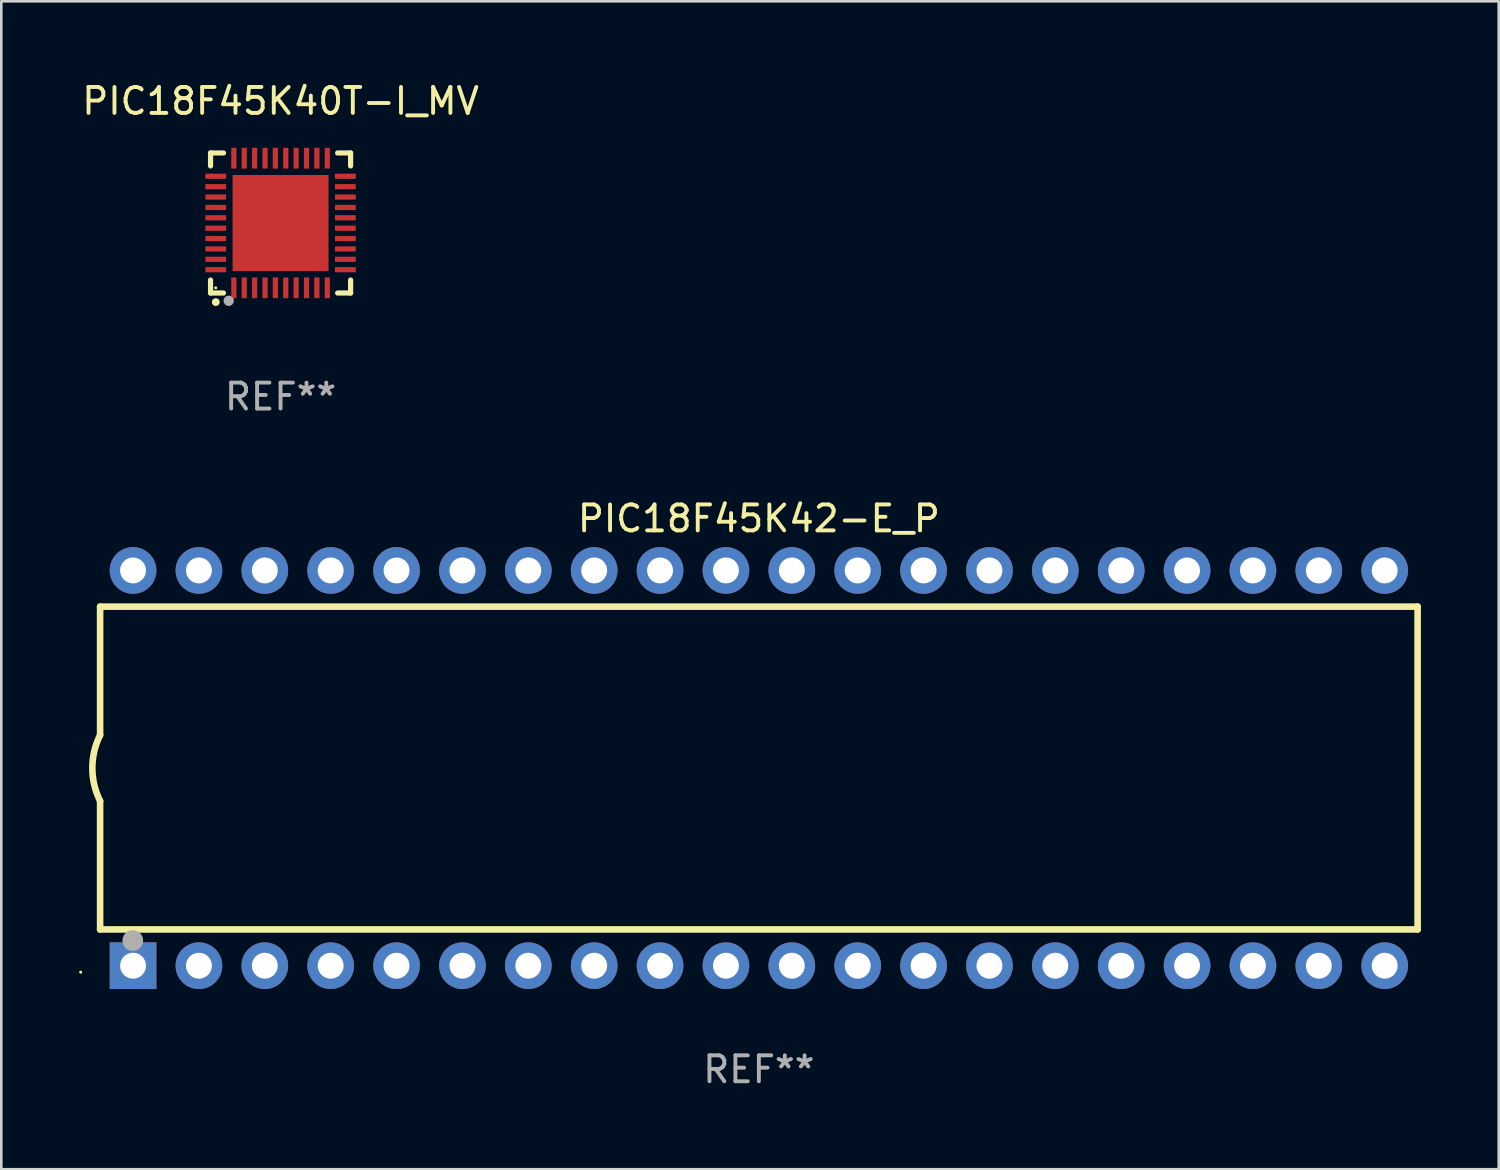
<source format=kicad_pcb>
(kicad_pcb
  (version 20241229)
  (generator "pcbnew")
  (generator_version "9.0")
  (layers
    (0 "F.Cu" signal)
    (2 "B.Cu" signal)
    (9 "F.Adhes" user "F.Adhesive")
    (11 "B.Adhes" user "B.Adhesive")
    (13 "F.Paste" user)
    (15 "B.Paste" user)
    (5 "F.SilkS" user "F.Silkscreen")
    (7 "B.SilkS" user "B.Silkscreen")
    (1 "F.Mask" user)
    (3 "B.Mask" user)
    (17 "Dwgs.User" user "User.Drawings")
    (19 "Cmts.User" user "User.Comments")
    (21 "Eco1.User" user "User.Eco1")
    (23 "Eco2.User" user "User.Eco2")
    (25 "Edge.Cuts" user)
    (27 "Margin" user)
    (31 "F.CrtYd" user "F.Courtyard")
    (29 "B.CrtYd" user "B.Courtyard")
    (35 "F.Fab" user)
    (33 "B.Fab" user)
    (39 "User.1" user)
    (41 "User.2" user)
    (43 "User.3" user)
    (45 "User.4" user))
  (footprint "PIC18F45K42-E_P"
    (layer "F.Cu")
    (at 26.21 26.565)
    (property "Reference" "PIC18F45K42-E_P" (at 0 -9.62 0) (layer "F.SilkS") (effects (font (size 1 1) (thickness 0.15))))
    (attr through_hole)
    (fp_line (start -25.4 -6.224) (end -25.4 -1.271) (stroke (width 0.254) (type solid)) (layer "F.SilkS"))
    (fp_line (start -25.4 -6.224) (end 25.4 -6.224) (stroke (width 0.254) (type solid)) (layer "F.SilkS"))
    (fp_line (start -25.4 1.269) (end -25.4 6.222) (stroke (width 0.254) (type solid)) (layer "F.SilkS"))
    (fp_line (start -25.4 6.222) (end 25.4 6.222) (stroke (width 0.254) (type solid)) (layer "F.SilkS"))
    (fp_line (start 25.4 6.222) (end 25.4 -6.224) (stroke (width 0.254) (type solid)) (layer "F.SilkS"))
    (fp_arc (start -25.4 1.269241) (mid -25.699807 -0.000762) (end -25.4 -1.270765) (stroke (width 0.254001) (type solid)) (layer "F.SilkS"))
    (fp_circle (center -26.15 7.87) (end -26.12 7.87) (stroke (width 0.06) (type solid)) (fill no) (layer "F.SilkS"))
    (fp_circle (center -24.14 6.65) (end -23.94 6.65) (stroke (width 0.4) (type solid)) (fill no) (layer "F.Fab"))
    (fp_text user "REF**" (at 0 11.62 0) (layer "F.Fab") (effects (font (size 1 1) (thickness 0.15))))
    (pad "1" thru_hole rect (at -24.13 7.62 90) (size 1.8 1.8) (drill 1) (layers "*.Cu" "*.Mask"))
    (pad "2" thru_hole circle (at -21.59 7.62) (size 1.8 1.8) (drill 1) (layers "*.Cu" "*.Mask"))
    (pad "3" thru_hole circle (at -19.05 7.62) (size 1.8 1.8) (drill 1) (layers "*.Cu" "*.Mask"))
    (pad "4" thru_hole circle (at -16.51 7.62) (size 1.8 1.8) (drill 1) (layers "*.Cu" "*.Mask"))
    (pad "5" thru_hole circle (at -13.97 7.62) (size 1.8 1.8) (drill 1) (layers "*.Cu" "*.Mask"))
    (pad "6" thru_hole circle (at -11.43 7.62) (size 1.8 1.8) (drill 1) (layers "*.Cu" "*.Mask"))
    (pad "7" thru_hole circle (at -8.89 7.62) (size 1.8 1.8) (drill 1) (layers "*.Cu" "*.Mask"))
    (pad "8" thru_hole circle (at -6.35 7.62) (size 1.8 1.8) (drill 1) (layers "*.Cu" "*.Mask"))
    (pad "9" thru_hole circle (at -3.81 7.62) (size 1.8 1.8) (drill 1) (layers "*.Cu" "*.Mask"))
    (pad "10" thru_hole circle (at -1.27 7.62) (size 1.8 1.8) (drill 1) (layers "*.Cu" "*.Mask"))
    (pad "11" thru_hole circle (at 1.27 7.62) (size 1.8 1.8) (drill 1) (layers "*.Cu" "*.Mask"))
    (pad "12" thru_hole circle (at 3.81 7.62) (size 1.8 1.8) (drill 1) (layers "*.Cu" "*.Mask"))
    (pad "13" thru_hole circle (at 6.35 7.62) (size 1.8 1.8) (drill 1) (layers "*.Cu" "*.Mask"))
    (pad "14" thru_hole circle (at 8.89 7.62) (size 1.8 1.8) (drill 1) (layers "*.Cu" "*.Mask"))
    (pad "15" thru_hole circle (at 11.43 7.62) (size 1.8 1.8) (drill 1) (layers "*.Cu" "*.Mask"))
    (pad "16" thru_hole circle (at 13.97 7.62) (size 1.8 1.8) (drill 1) (layers "*.Cu" "*.Mask"))
    (pad "17" thru_hole circle (at 16.51 7.62) (size 1.8 1.8) (drill 1) (layers "*.Cu" "*.Mask"))
    (pad "18" thru_hole circle (at 19.05 7.62) (size 1.8 1.8) (drill 1) (layers "*.Cu" "*.Mask"))
    (pad "19" thru_hole circle (at 21.59 7.62) (size 1.8 1.8) (drill 1) (layers "*.Cu" "*.Mask"))
    (pad "20" thru_hole circle (at 24.13 7.62) (size 1.8 1.8) (drill 1) (layers "*.Cu" "*.Mask"))
    (pad "21" thru_hole circle (at 24.13 -7.62) (size 1.8 1.8) (drill 1) (layers "*.Cu" "*.Mask"))
    (pad "22" thru_hole circle (at 21.59 -7.62) (size 1.8 1.8) (drill 1) (layers "*.Cu" "*.Mask"))
    (pad "23" thru_hole circle (at 19.05 -7.62) (size 1.8 1.8) (drill 1) (layers "*.Cu" "*.Mask"))
    (pad "24" thru_hole circle (at 16.51 -7.62) (size 1.8 1.8) (drill 1) (layers "*.Cu" "*.Mask"))
    (pad "25" thru_hole circle (at 13.97 -7.62) (size 1.8 1.8) (drill 1) (layers "*.Cu" "*.Mask"))
    (pad "26" thru_hole circle (at 11.43 -7.62) (size 1.8 1.8) (drill 1) (layers "*.Cu" "*.Mask"))
    (pad "27" thru_hole circle (at 8.89 -7.62) (size 1.8 1.8) (drill 1) (layers "*.Cu" "*.Mask"))
    (pad "28" thru_hole circle (at 6.35 -7.62) (size 1.8 1.8) (drill 1) (layers "*.Cu" "*.Mask"))
    (pad "29" thru_hole circle (at 3.81 -7.62) (size 1.8 1.8) (drill 1) (layers "*.Cu" "*.Mask"))
    (pad "30" thru_hole circle (at 1.27 -7.62) (size 1.8 1.8) (drill 1) (layers "*.Cu" "*.Mask"))
    (pad "31" thru_hole circle (at -1.27 -7.62) (size 1.8 1.8) (drill 1) (layers "*.Cu" "*.Mask"))
    (pad "32" thru_hole circle (at -3.81 -7.62) (size 1.8 1.8) (drill 1) (layers "*.Cu" "*.Mask"))
    (pad "33" thru_hole circle (at -6.35 -7.62) (size 1.8 1.8) (drill 1) (layers "*.Cu" "*.Mask"))
    (pad "34" thru_hole circle (at -8.89 -7.62) (size 1.8 1.8) (drill 1) (layers "*.Cu" "*.Mask"))
    (pad "35" thru_hole circle (at -11.43 -7.62) (size 1.8 1.8) (drill 1) (layers "*.Cu" "*.Mask"))
    (pad "36" thru_hole circle (at -13.97 -7.62) (size 1.8 1.8) (drill 1) (layers "*.Cu" "*.Mask"))
    (pad "37" thru_hole circle (at -16.51 -7.62) (size 1.8 1.8) (drill 1) (layers "*.Cu" "*.Mask"))
    (pad "38" thru_hole circle (at -19.05 -7.62) (size 1.8 1.8) (drill 1) (layers "*.Cu" "*.Mask"))
    (pad "39" thru_hole circle (at -21.59 -7.62) (size 1.8 1.8) (drill 1) (layers "*.Cu" "*.Mask"))
    (pad "40" thru_hole circle (at -24.13 -7.62) (size 1.8 1.8) (drill 1) (layers "*.Cu" "*.Mask")))
  (footprint "PIC18F45K40T-I_MV"
    (layer "F.Cu")
    (at 7.768 5.548)
    (property "Reference" "PIC18F45K40T-I_MV" (at 0 -4.7 0) (layer "F.SilkS") (effects (font (size 1 1) (thickness 0.15))))
    (attr through_hole)
    (fp_line (start -2.7 -2.7) (end -2.7 -2.2) (stroke (width 0.2) (type solid)) (layer "F.SilkS"))
    (fp_line (start -2.7 2.7) (end -2.7 2.2) (stroke (width 0.2) (type solid)) (layer "F.SilkS"))
    (fp_line (start -2.2 -2.7) (end -2.7 -2.7) (stroke (width 0.2) (type solid)) (layer "F.SilkS"))
    (fp_line (start -2.2 2.7) (end -2.7 2.7) (stroke (width 0.2) (type solid)) (layer "F.SilkS"))
    (fp_line (start 2.7 -2.7) (end 2.2 -2.7) (stroke (width 0.2) (type solid)) (layer "F.SilkS"))
    (fp_line (start 2.7 -2.2) (end 2.7 -2.7) (stroke (width 0.2) (type solid)) (layer "F.SilkS"))
    (fp_line (start 2.7 2.2) (end 2.7 2.7) (stroke (width 0.2) (type solid)) (layer "F.SilkS"))
    (fp_line (start 2.7 2.7) (end 2.2 2.7) (stroke (width 0.2) (type solid)) (layer "F.SilkS"))
    (fp_arc (start -2.499365 3.050546) (mid -2.498095 3.050541) (end -2.496825 3.050546) (stroke (width 0.3) (type solid)) (layer "F.SilkS"))
    (fp_circle (center -2.5 2.5) (end -2.47 2.5) (stroke (width 0.06) (type solid)) (fill no) (layer "F.SilkS"))
    (fp_circle (center -2 3) (end -1.9 3) (stroke (width 0.2) (type solid)) (fill no) (layer "F.Fab"))
    (fp_text user "REF**" (at 0 6.7 0) (layer "F.Fab") (effects (font (size 1 1) (thickness 0.15))))
    (pad "1" smd rect (at -1.801 2.499) (size 0.2 0.8) (layers "F.Cu" "F.Mask" "F.Paste"))
    (pad "2" smd rect (at -1.4 2.499) (size 0.2 0.8) (layers "F.Cu" "F.Mask" "F.Paste"))
    (pad "3" smd rect (at -1.001 2.499) (size 0.2 0.8) (layers "F.Cu" "F.Mask" "F.Paste"))
    (pad "4" smd rect (at -0.599 2.499) (size 0.2 0.8) (layers "F.Cu" "F.Mask" "F.Paste"))
    (pad "5" smd rect (at -0.201 2.499) (size 0.2 0.8) (layers "F.Cu" "F.Mask" "F.Paste"))
    (pad "6" smd rect (at 0.201 2.499) (size 0.2 0.8) (layers "F.Cu" "F.Mask" "F.Paste"))
    (pad "7" smd rect (at 0.599 2.499) (size 0.2 0.8) (layers "F.Cu" "F.Mask" "F.Paste"))
    (pad "8" smd rect (at 1.001 2.499) (size 0.2 0.8) (layers "F.Cu" "F.Mask" "F.Paste"))
    (pad "9" smd rect (at 1.4 2.499) (size 0.2 0.8) (layers "F.Cu" "F.Mask" "F.Paste"))
    (pad "10" smd rect (at 1.801 2.499) (size 0.2 0.8) (layers "F.Cu" "F.Mask" "F.Paste"))
    (pad "11" smd rect (at 2.499 1.801) (size 0.8 0.2) (layers "F.Cu" "F.Mask" "F.Paste"))
    (pad "12" smd rect (at 2.499 1.4) (size 0.8 0.2) (layers "F.Cu" "F.Mask" "F.Paste"))
    (pad "13" smd rect (at 2.499 1.001) (size 0.8 0.2) (layers "F.Cu" "F.Mask" "F.Paste"))
    (pad "14" smd rect (at 2.499 0.599) (size 0.8 0.2) (layers "F.Cu" "F.Mask" "F.Paste"))
    (pad "15" smd rect (at 2.499 0.201) (size 0.8 0.2) (layers "F.Cu" "F.Mask" "F.Paste"))
    (pad "16" smd rect (at 2.499 -0.201) (size 0.8 0.2) (layers "F.Cu" "F.Mask" "F.Paste"))
    (pad "17" smd rect (at 2.499 -0.599) (size 0.8 0.2) (layers "F.Cu" "F.Mask" "F.Paste"))
    (pad "18" smd rect (at 2.499 -1.001) (size 0.8 0.2) (layers "F.Cu" "F.Mask" "F.Paste"))
    (pad "19" smd rect (at 2.499 -1.4) (size 0.8 0.2) (layers "F.Cu" "F.Mask" "F.Paste"))
    (pad "20" smd rect (at 2.499 -1.801) (size 0.8 0.2) (layers "F.Cu" "F.Mask" "F.Paste"))
    (pad "21" smd rect (at 1.801 -2.499) (size 0.2 0.8) (layers "F.Cu" "F.Mask" "F.Paste"))
    (pad "22" smd rect (at 1.4 -2.499) (size 0.2 0.8) (layers "F.Cu" "F.Mask" "F.Paste"))
    (pad "23" smd rect (at 1.001 -2.499) (size 0.2 0.8) (layers "F.Cu" "F.Mask" "F.Paste"))
    (pad "24" smd rect (at 0.599 -2.499) (size 0.2 0.8) (layers "F.Cu" "F.Mask" "F.Paste"))
    (pad "25" smd rect (at 0.201 -2.499) (size 0.2 0.8) (layers "F.Cu" "F.Mask" "F.Paste"))
    (pad "26" smd rect (at -0.201 -2.499) (size 0.2 0.8) (layers "F.Cu" "F.Mask" "F.Paste"))
    (pad "27" smd rect (at -0.599 -2.499) (size 0.2 0.8) (layers "F.Cu" "F.Mask" "F.Paste"))
    (pad "28" smd rect (at -1.001 -2.499) (size 0.2 0.8) (layers "F.Cu" "F.Mask" "F.Paste"))
    (pad "29" smd rect (at -1.4 -2.499) (size 0.2 0.8) (layers "F.Cu" "F.Mask" "F.Paste"))
    (pad "30" smd rect (at -1.801 -2.499) (size 0.2 0.8) (layers "F.Cu" "F.Mask" "F.Paste"))
    (pad "31" smd rect (at -2.499 -1.801) (size 0.8 0.2) (layers "F.Cu" "F.Mask" "F.Paste"))
    (pad "32" smd rect (at -2.499 -1.4) (size 0.8 0.2) (layers "F.Cu" "F.Mask" "F.Paste"))
    (pad "33" smd rect (at -2.499 -1.001) (size 0.8 0.2) (layers "F.Cu" "F.Mask" "F.Paste"))
    (pad "34" smd rect (at -2.499 -0.599) (size 0.8 0.2) (layers "F.Cu" "F.Mask" "F.Paste"))
    (pad "35" smd rect (at -2.499 -0.201) (size 0.8 0.2) (layers "F.Cu" "F.Mask" "F.Paste"))
    (pad "36" smd rect (at -2.499 0.201) (size 0.8 0.2) (layers "F.Cu" "F.Mask" "F.Paste"))
    (pad "37" smd rect (at -2.499 0.599) (size 0.8 0.2) (layers "F.Cu" "F.Mask" "F.Paste"))
    (pad "38" smd rect (at -2.499 1.001) (size 0.8 0.2) (layers "F.Cu" "F.Mask" "F.Paste"))
    (pad "39" smd rect (at -2.499 1.4) (size 0.8 0.2) (layers "F.Cu" "F.Mask" "F.Paste"))
    (pad "40" smd rect (at -2.499 1.801) (size 0.8 0.2) (layers "F.Cu" "F.Mask" "F.Paste"))
    (pad "41" smd rect (at 0 0) (size 3.7 3.7) (layers "F.Cu" "F.Mask" "F.Paste")))
  (gr_rect
    (start -3 -3)
    (end 54.737 42.033)
    (stroke (width 0.1) (type default))
    (fill no)
    (layer "Edge.Cuts")))
</source>
